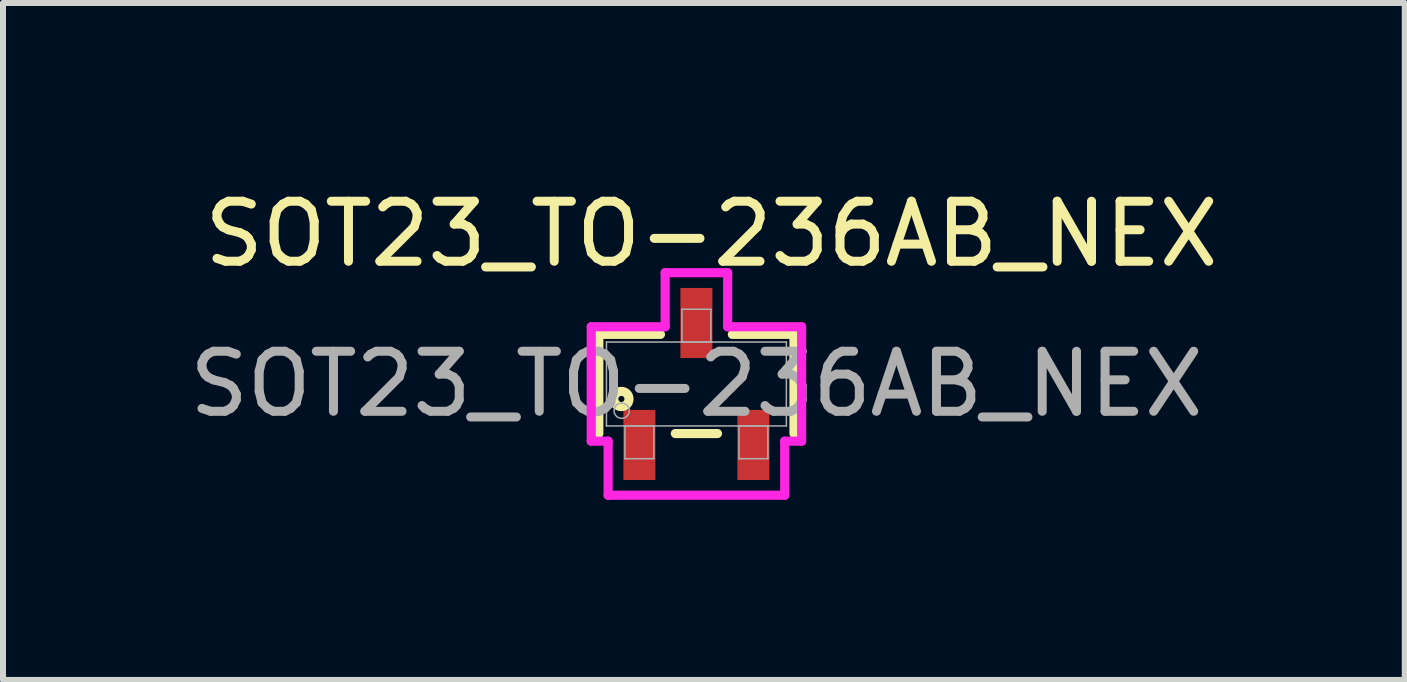
<source format=kicad_pcb>
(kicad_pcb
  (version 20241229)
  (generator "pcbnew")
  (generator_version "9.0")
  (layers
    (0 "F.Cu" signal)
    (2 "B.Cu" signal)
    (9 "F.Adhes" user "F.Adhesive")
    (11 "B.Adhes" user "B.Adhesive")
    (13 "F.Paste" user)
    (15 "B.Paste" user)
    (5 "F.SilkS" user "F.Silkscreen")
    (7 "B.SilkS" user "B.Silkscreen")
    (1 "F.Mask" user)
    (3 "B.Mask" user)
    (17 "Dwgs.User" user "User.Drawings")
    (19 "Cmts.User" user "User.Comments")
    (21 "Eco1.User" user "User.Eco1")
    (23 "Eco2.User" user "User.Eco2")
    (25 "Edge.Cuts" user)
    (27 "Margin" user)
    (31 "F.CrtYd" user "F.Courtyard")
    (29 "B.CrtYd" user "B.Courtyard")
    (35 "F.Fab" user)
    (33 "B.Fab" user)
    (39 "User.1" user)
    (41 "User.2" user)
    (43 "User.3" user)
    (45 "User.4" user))
  (footprint "SOT23_TO-236AB_NEX"
    (layer "F.Cu")
    (at 8.554 3.348)
    (property "Reference" "SOT23_TO-236AB_NEX" (at 0.25 -2.5 0) (unlocked yes) (layer "F.SilkS") (effects (font (size 1 1) (thickness 0.15))))
    (attr smd)
    (fp_line (start -1.626 -0.826) (end -1.626 0.826) (stroke (width 0.152) (type solid)) (layer "F.SilkS"))
    (fp_line (start -0.599 -0.826) (end -1.626 -0.826) (stroke (width 0.152) (type solid)) (layer "F.SilkS"))
    (fp_line (start -0.351 0.826) (end 0.351 0.826) (stroke (width 0.152) (type solid)) (layer "F.SilkS"))
    (fp_line (start 1.626 -0.826) (end 0.599 -0.826) (stroke (width 0.152) (type solid)) (layer "F.SilkS"))
    (fp_line (start 1.626 0.826) (end 1.626 -0.826) (stroke (width 0.152) (type solid)) (layer "F.SilkS"))
    (fp_circle (center -1.25 0.25) (end -1.123 0.25) (stroke (width 0.152) (type solid)) (fill no) (layer "F.SilkS"))
    (fp_line (start -1.753 -0.953) (end -0.521 -0.953) (stroke (width 0.152) (type solid)) (layer "F.CrtYd"))
    (fp_line (start -1.753 0.953) (end -1.753 -0.953) (stroke (width 0.152) (type solid)) (layer "F.CrtYd"))
    (fp_line (start -1.753 0.953) (end -1.471 0.953) (stroke (width 0.152) (type solid)) (layer "F.CrtYd"))
    (fp_line (start -1.471 0.953) (end -1.471 1.854) (stroke (width 0.152) (type solid)) (layer "F.CrtYd"))
    (fp_line (start -1.471 1.854) (end 1.471 1.854) (stroke (width 0.152) (type solid)) (layer "F.CrtYd"))
    (fp_line (start -0.521 -1.854) (end 0.521 -1.854) (stroke (width 0.152) (type solid)) (layer "F.CrtYd"))
    (fp_line (start -0.521 -0.953) (end -0.521 -1.854) (stroke (width 0.152) (type solid)) (layer "F.CrtYd"))
    (fp_line (start 0.521 -0.953) (end 0.521 -1.854) (stroke (width 0.152) (type solid)) (layer "F.CrtYd"))
    (fp_line (start 1.471 0.953) (end 1.471 1.854) (stroke (width 0.152) (type solid)) (layer "F.CrtYd"))
    (fp_line (start 1.753 -0.953) (end 0.521 -0.953) (stroke (width 0.152) (type solid)) (layer "F.CrtYd"))
    (fp_line (start 1.753 -0.953) (end 1.753 0.953) (stroke (width 0.152) (type solid)) (layer "F.CrtYd"))
    (fp_line (start 1.753 0.953) (end 1.471 0.953) (stroke (width 0.152) (type solid)) (layer "F.CrtYd"))
    (fp_line (start -1.499 -0.699) (end -1.499 0.699) (stroke (width 0.025) (type solid)) (layer "F.Fab"))
    (fp_line (start -1.499 0.699) (end 1.499 0.699) (stroke (width 0.025) (type solid)) (layer "F.Fab"))
    (fp_line (start -1.191 0.699) (end -1.191 1.245) (stroke (width 0.025) (type solid)) (layer "F.Fab"))
    (fp_line (start -1.191 1.245) (end -0.709 1.245) (stroke (width 0.025) (type solid)) (layer "F.Fab"))
    (fp_line (start -0.709 0.699) (end -1.191 0.699) (stroke (width 0.025) (type solid)) (layer "F.Fab"))
    (fp_line (start -0.709 1.245) (end -0.709 0.699) (stroke (width 0.025) (type solid)) (layer "F.Fab"))
    (fp_line (start -0.241 -1.245) (end -0.241 -0.699) (stroke (width 0.025) (type solid)) (layer "F.Fab"))
    (fp_line (start -0.241 -0.699) (end 0.241 -0.699) (stroke (width 0.025) (type solid)) (layer "F.Fab"))
    (fp_line (start 0.241 -1.245) (end -0.241 -1.245) (stroke (width 0.025) (type solid)) (layer "F.Fab"))
    (fp_line (start 0.241 -0.699) (end 0.241 -1.245) (stroke (width 0.025) (type solid)) (layer "F.Fab"))
    (fp_line (start 0.709 0.699) (end 0.709 1.245) (stroke (width 0.025) (type solid)) (layer "F.Fab"))
    (fp_line (start 0.709 1.245) (end 1.191 1.245) (stroke (width 0.025) (type solid)) (layer "F.Fab"))
    (fp_line (start 1.191 0.699) (end 0.709 0.699) (stroke (width 0.025) (type solid)) (layer "F.Fab"))
    (fp_line (start 1.191 1.245) (end 1.191 0.699) (stroke (width 0.025) (type solid)) (layer "F.Fab"))
    (fp_line (start 1.499 -0.699) (end -1.499 -0.699) (stroke (width 0.025) (type solid)) (layer "F.Fab"))
    (fp_line (start 1.499 0.699) (end 1.499 -0.699) (stroke (width 0.025) (type solid)) (layer "F.Fab"))
    (fp_circle (center -1.245 0.445) (end -1.118 0.445) (stroke (width 0.025) (type solid)) (fill no) (layer "F.Fab"))
    (fp_text user "${REFERENCE}" (at 0 0 0) (unlocked yes) (layer "F.Fab") (effects (font (size 1 1) (thickness 0.15))))
    (pad "1" smd rect (at -0.95 1.016) (size 0.533 1.168) (layers "F.Cu" "F.Mask" "F.Paste"))
    (pad "2" smd rect (at 0.95 1.016) (size 0.533 1.168) (layers "F.Cu" "F.Mask" "F.Paste"))
    (pad "3" smd rect (at 0 -1.016) (size 0.533 1.168) (layers "F.Cu" "F.Mask" "F.Paste")))
  (gr_rect
    (start -3 -3)
    (end 20.357 8.279)
    (stroke (width 0.1) (type default))
    (fill no)
    (layer "Edge.Cuts")))
</source>
